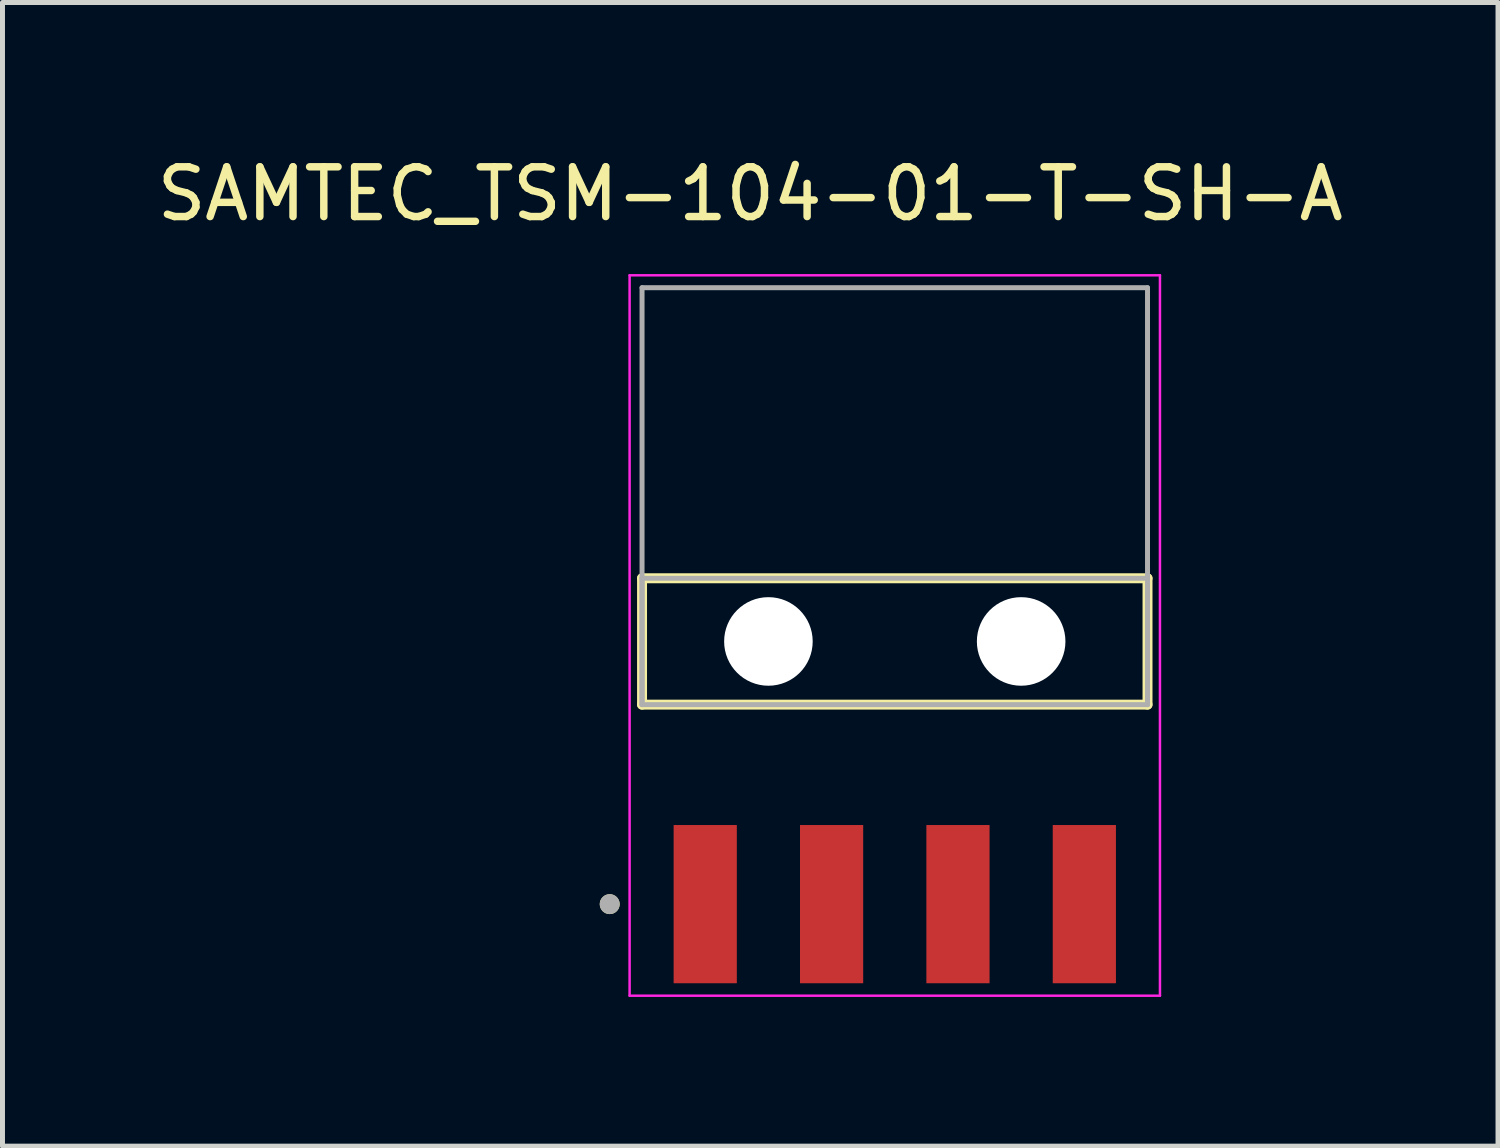
<source format=kicad_pcb>
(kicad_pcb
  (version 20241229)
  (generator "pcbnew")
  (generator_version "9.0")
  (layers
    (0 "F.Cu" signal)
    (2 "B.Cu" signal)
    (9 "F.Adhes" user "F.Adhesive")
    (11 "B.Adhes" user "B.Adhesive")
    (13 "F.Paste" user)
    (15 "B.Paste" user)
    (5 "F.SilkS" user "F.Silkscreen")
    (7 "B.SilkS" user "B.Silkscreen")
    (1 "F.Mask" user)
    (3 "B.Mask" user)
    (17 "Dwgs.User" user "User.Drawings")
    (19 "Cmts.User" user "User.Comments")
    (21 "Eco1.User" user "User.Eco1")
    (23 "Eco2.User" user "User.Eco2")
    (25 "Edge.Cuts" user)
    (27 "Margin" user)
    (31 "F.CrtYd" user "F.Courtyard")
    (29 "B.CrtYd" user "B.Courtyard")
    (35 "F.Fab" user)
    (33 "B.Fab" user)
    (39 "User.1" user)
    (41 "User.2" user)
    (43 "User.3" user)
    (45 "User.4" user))
  (footprint "SAMTEC_TSM-104-01-T-SH-A"
    (layer "F.Cu")
    (at 14.935 9.843)
    (property "Reference" "SAMTEC_TSM-104-01-T-SH-A" (at -2.905 -8.995 0) (layer "F.SilkS") (effects (font (size 1 1) (thickness 0.15))))
    (attr smd)
    (fp_line (start -5.08 1.27) (end -5.08 -1.27) (stroke (width 0.2) (type solid)) (layer "F.SilkS"))
    (fp_line (start 5.08 -1.27) (end -5.08 -1.27) (stroke (width 0.2) (type solid)) (layer "F.SilkS"))
    (fp_line (start 5.08 -1.27) (end 5.08 1.27) (stroke (width 0.2) (type solid)) (layer "F.SilkS"))
    (fp_line (start 5.08 1.27) (end -5.08 1.27) (stroke (width 0.2) (type solid)) (layer "F.SilkS"))
    (fp_circle (center -5.73 5.28) (end -5.63 5.28) (stroke (width 0.2) (type solid)) (fill no) (layer "F.SilkS"))
    (fp_line (start -5.33 -7.36) (end 5.33 -7.36) (stroke (width 0.05) (type solid)) (layer "F.CrtYd"))
    (fp_line (start -5.33 7.12) (end -5.33 -7.36) (stroke (width 0.05) (type solid)) (layer "F.CrtYd"))
    (fp_line (start 5.33 -7.36) (end 5.33 7.12) (stroke (width 0.05) (type solid)) (layer "F.CrtYd"))
    (fp_line (start 5.33 7.12) (end -5.33 7.12) (stroke (width 0.05) (type solid)) (layer "F.CrtYd"))
    (fp_line (start -5.08 -7.11) (end 5.08 -7.11) (stroke (width 0.1) (type solid)) (layer "F.Fab"))
    (fp_line (start -5.08 -1.27) (end 5.08 -1.27) (stroke (width 0.1) (type solid)) (layer "F.Fab"))
    (fp_line (start -5.08 1.27) (end -5.08 -7.11) (stroke (width 0.1) (type solid)) (layer "F.Fab"))
    (fp_line (start -5.08 1.27) (end -5.08 -1.27) (stroke (width 0.1) (type solid)) (layer "F.Fab"))
    (fp_line (start 5.08 -7.11) (end 5.08 1.27) (stroke (width 0.1) (type solid)) (layer "F.Fab"))
    (fp_line (start 5.08 -1.27) (end 5.08 1.27) (stroke (width 0.1) (type solid)) (layer "F.Fab"))
    (fp_line (start 5.08 1.27) (end -5.08 1.27) (stroke (width 0.1) (type solid)) (layer "F.Fab"))
    (fp_circle (center -5.73 5.28) (end -5.63 5.28) (stroke (width 0.2) (type solid)) (fill no) (layer "F.Fab"))
    (pad "" np_thru_hole circle (at -2.54 0) (size 1.78 1.78) (drill 1.78) (layers "*.Cu" "*.Mask"))
    (pad "" np_thru_hole circle (at 2.54 0) (size 1.78 1.78) (drill 1.78) (layers "*.Cu" "*.Mask"))
    (pad "01" smd rect (at -3.81 5.28) (size 1.27 3.18) (layers "F.Cu" "F.Mask" "F.Paste"))
    (pad "02" smd rect (at -1.27 5.28) (size 1.27 3.18) (layers "F.Cu" "F.Mask" "F.Paste"))
    (pad "03" smd rect (at 1.27 5.28) (size 1.27 3.18) (layers "F.Cu" "F.Mask" "F.Paste"))
    (pad "04" smd rect (at 3.81 5.28) (size 1.27 3.18) (layers "F.Cu" "F.Mask" "F.Paste")))
  (gr_rect
    (start -3 -3)
    (end 27.06 19.988)
    (stroke (width 0.1) (type default))
    (fill no)
    (layer "Edge.Cuts")))
</source>
